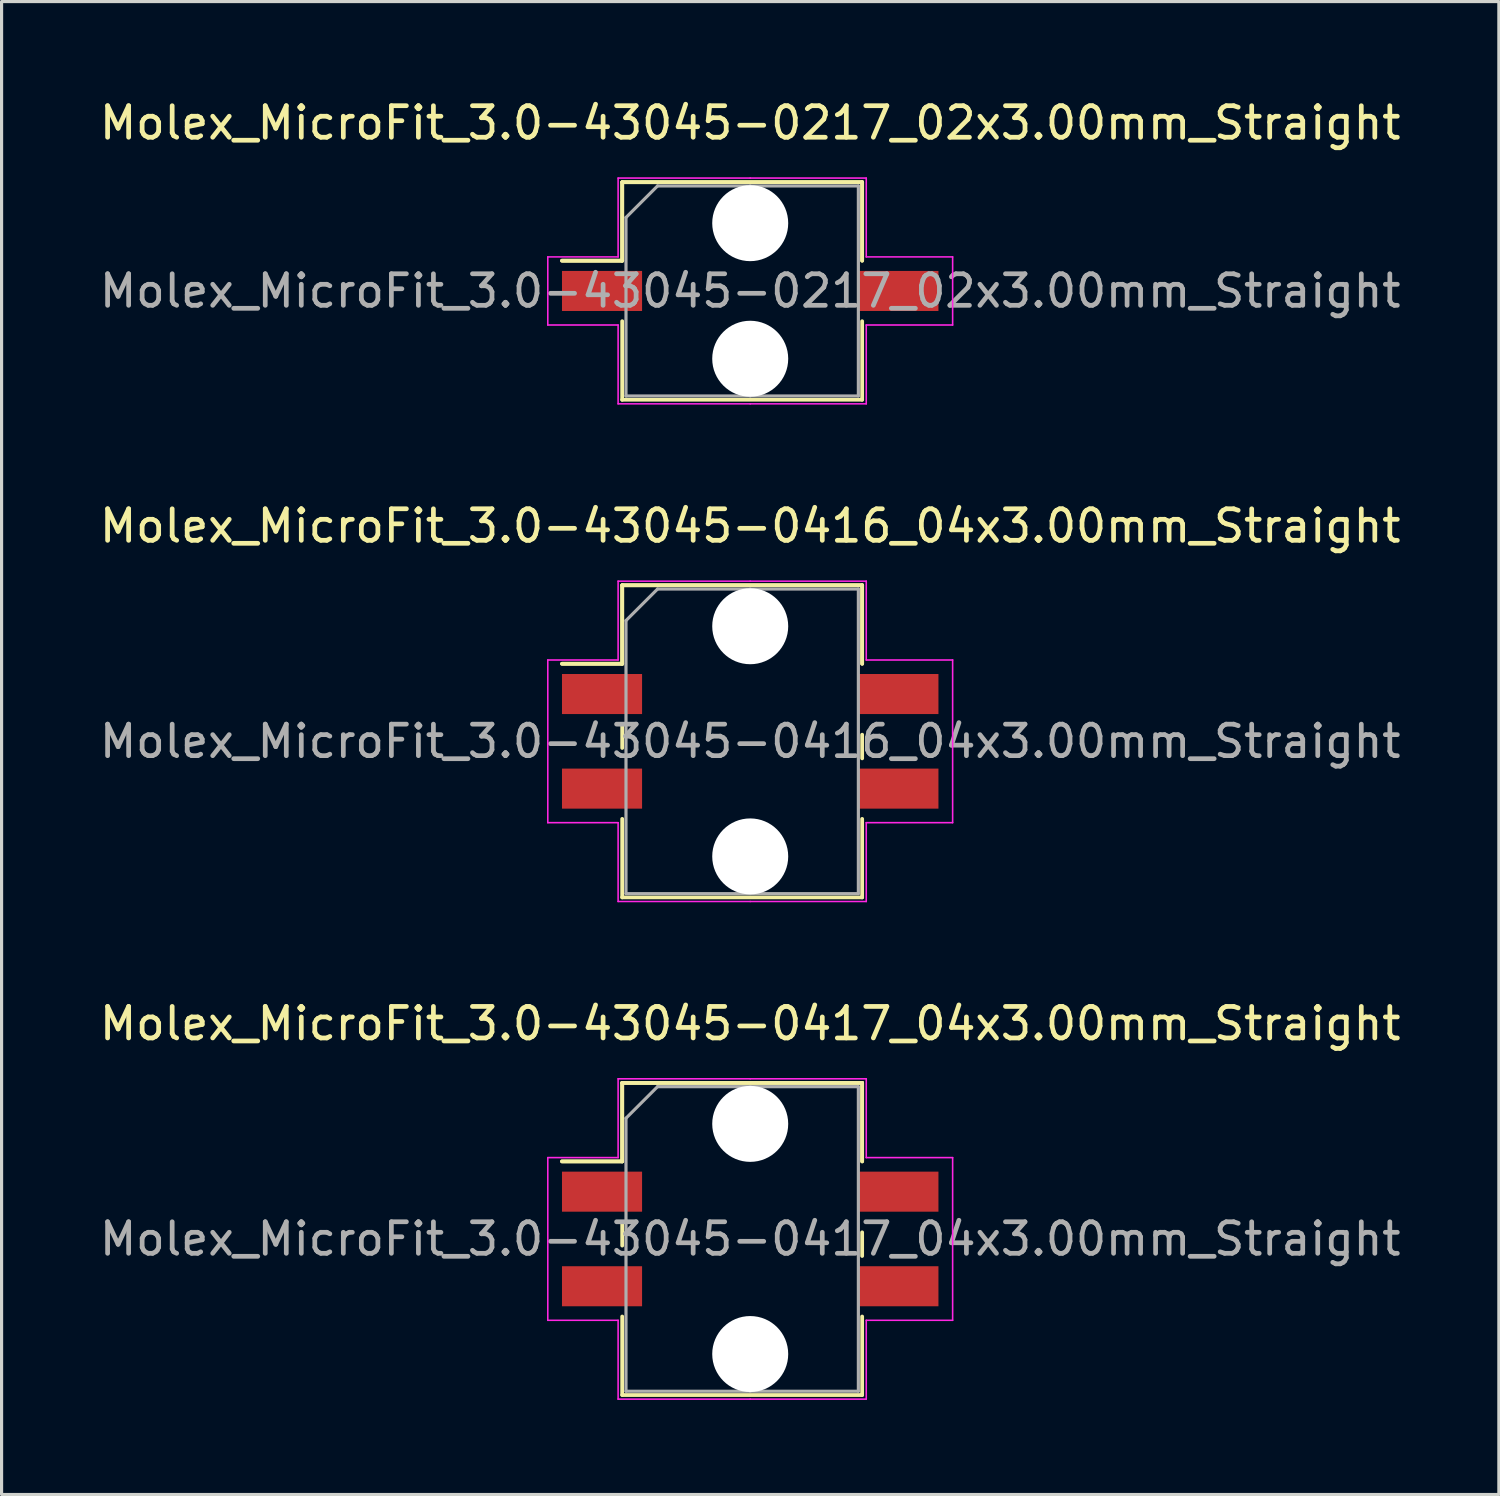
<source format=kicad_pcb>
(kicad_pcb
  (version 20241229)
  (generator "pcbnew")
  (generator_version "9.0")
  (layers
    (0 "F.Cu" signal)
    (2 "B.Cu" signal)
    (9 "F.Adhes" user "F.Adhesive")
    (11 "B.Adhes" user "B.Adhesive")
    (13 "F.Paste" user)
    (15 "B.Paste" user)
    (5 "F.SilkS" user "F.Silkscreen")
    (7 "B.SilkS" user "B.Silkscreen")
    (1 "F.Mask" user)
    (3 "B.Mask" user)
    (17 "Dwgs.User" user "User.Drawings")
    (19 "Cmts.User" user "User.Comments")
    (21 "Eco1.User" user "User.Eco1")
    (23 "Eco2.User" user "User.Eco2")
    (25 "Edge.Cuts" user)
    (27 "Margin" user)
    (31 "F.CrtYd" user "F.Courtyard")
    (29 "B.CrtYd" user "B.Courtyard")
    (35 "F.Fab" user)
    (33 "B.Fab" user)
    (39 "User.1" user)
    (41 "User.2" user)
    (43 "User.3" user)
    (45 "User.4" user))
  (footprint "Molex_MicroFit_3.0-43045-0416_04x3.00mm_Straight"
    (layer "F.Cu")
    (at 20.744 20.462)
    (property "Reference" "Molex_MicroFit_3.0-43045-0416_04x3.00mm_Straight" (at 0 -6.83 0) (layer "F.SilkS") (effects (font (size 1 1) (thickness 0.15))))
    (attr smd)
    (fp_line (start -5.97 -2.46) (end -4.06 -2.46) (stroke (width 0.12) (type solid)) (layer "F.SilkS"))
    (fp_line (start -5.97 -2.46) (end -4.06 -2.46) (stroke (width 0.12) (type solid)) (layer "F.SilkS"))
    (fp_line (start -4.06 -4.95) (end 3.55 -4.95) (stroke (width 0.12) (type solid)) (layer "F.SilkS"))
    (fp_line (start -4.06 -4.95) (end 3.55 -4.95) (stroke (width 0.12) (type solid)) (layer "F.SilkS"))
    (fp_line (start -4.06 -2.46) (end -4.06 -4.95) (stroke (width 0.12) (type solid)) (layer "F.SilkS"))
    (fp_line (start -4.06 -2.46) (end -4.06 -4.95) (stroke (width 0.12) (type solid)) (layer "F.SilkS"))
    (fp_line (start -4.06 -0.54) (end -4.06 0.21) (stroke (width 0.12) (type solid)) (layer "F.SilkS"))
    (fp_line (start -4.06 4.95) (end -4.06 2.46) (stroke (width 0.12) (type solid)) (layer "F.SilkS"))
    (fp_line (start 3.55 -4.95) (end 3.55 -2.46) (stroke (width 0.12) (type solid)) (layer "F.SilkS"))
    (fp_line (start 3.55 -4.95) (end 3.55 -2.46) (stroke (width 0.12) (type solid)) (layer "F.SilkS"))
    (fp_line (start 3.55 0.54) (end 3.55 -0.21) (stroke (width 0.12) (type solid)) (layer "F.SilkS"))
    (fp_line (start 3.55 2.46) (end 3.55 4.95) (stroke (width 0.12) (type solid)) (layer "F.SilkS"))
    (fp_line (start 3.55 4.95) (end -4.06 4.95) (stroke (width 0.12) (type solid)) (layer "F.SilkS"))
    (fp_line (start -6.42 -2.58) (end -4.19 -2.58) (stroke (width 0.05) (type solid)) (layer "F.CrtYd"))
    (fp_line (start -6.42 2.58) (end -6.42 -2.58) (stroke (width 0.05) (type solid)) (layer "F.CrtYd"))
    (fp_line (start -4.19 -5.08) (end 0 -5.08) (stroke (width 0.05) (type solid)) (layer "F.CrtYd"))
    (fp_line (start -4.19 -2.58) (end -4.19 -5.08) (stroke (width 0.05) (type solid)) (layer "F.CrtYd"))
    (fp_line (start -4.19 2.58) (end -6.42 2.58) (stroke (width 0.05) (type solid)) (layer "F.CrtYd"))
    (fp_line (start -4.19 5.08) (end -4.19 2.58) (stroke (width 0.05) (type solid)) (layer "F.CrtYd"))
    (fp_line (start 0 -5.08) (end 3.68 -5.08) (stroke (width 0.05) (type solid)) (layer "F.CrtYd"))
    (fp_line (start 0 5.08) (end -4.19 5.08) (stroke (width 0.05) (type solid)) (layer "F.CrtYd"))
    (fp_line (start 3.68 -5.08) (end 3.68 -2.58) (stroke (width 0.05) (type solid)) (layer "F.CrtYd"))
    (fp_line (start 3.68 -2.58) (end 6.42 -2.58) (stroke (width 0.05) (type solid)) (layer "F.CrtYd"))
    (fp_line (start 3.68 2.58) (end 3.68 5.08) (stroke (width 0.05) (type solid)) (layer "F.CrtYd"))
    (fp_line (start 3.68 5.08) (end 0 5.08) (stroke (width 0.05) (type solid)) (layer "F.CrtYd"))
    (fp_line (start 6.42 -2.58) (end 6.42 2.58) (stroke (width 0.05) (type solid)) (layer "F.CrtYd"))
    (fp_line (start 6.42 2.58) (end 3.68 2.58) (stroke (width 0.05) (type solid)) (layer "F.CrtYd"))
    (fp_line (start -3.94 -3.83) (end -2.94 -4.83) (stroke (width 0.1) (type solid)) (layer "F.Fab"))
    (fp_line (start -3.94 4.83) (end -3.94 -3.83) (stroke (width 0.1) (type solid)) (layer "F.Fab"))
    (fp_line (start -2.94 -4.83) (end 0 -4.83) (stroke (width 0.1) (type solid)) (layer "F.Fab"))
    (fp_line (start 0 -4.83) (end 3.43 -4.83) (stroke (width 0.1) (type solid)) (layer "F.Fab"))
    (fp_line (start 0 4.83) (end -3.94 4.83) (stroke (width 0.1) (type solid)) (layer "F.Fab"))
    (fp_line (start 3.43 -4.83) (end 3.43 4.83) (stroke (width 0.1) (type solid)) (layer "F.Fab"))
    (fp_line (start 3.43 4.83) (end 0 4.83) (stroke (width 0.1) (type solid)) (layer "F.Fab"))
    (fp_text user "${REFERENCE}" (at 0 0 0) (layer "F.Fab") (effects (font (size 1 1) (thickness 0.15))))
    (pad "" np_thru_hole circle (at 0 -3.65) (size 2.41 2.41) (drill 2.41) (layers "*.Cu"))
    (pad "" np_thru_hole circle (at 0 3.65) (size 2.41 2.41) (drill 2.41) (layers "*.Cu"))
    (pad "1" smd rect (at -4.7 -1.5) (size 2.54 1.27) (layers "F.Cu" "F.Mask" "F.Paste"))
    (pad "2" smd rect (at -4.7 1.5) (size 2.54 1.27) (layers "F.Cu" "F.Mask" "F.Paste"))
    (pad "3" smd rect (at 4.7 1.5) (size 2.54 1.27) (layers "F.Cu" "F.Mask" "F.Paste"))
    (pad "4" smd rect (at 4.7 -1.5) (size 2.54 1.27) (layers "F.Cu" "F.Mask" "F.Paste")))
  (footprint "Molex_MicroFit_3.0-43045-0217_02x3.00mm_Straight"
    (layer "F.Cu")
    (at 20.744 6.178)
    (property "Reference" "Molex_MicroFit_3.0-43045-0217_02x3.00mm_Straight" (at 0 -5.33 0) (layer "F.SilkS") (effects (font (size 1 1) (thickness 0.15))))
    (attr smd)
    (fp_line (start -5.97 -0.96) (end -4.06 -0.96) (stroke (width 0.12) (type solid)) (layer "F.SilkS"))
    (fp_line (start -5.97 -0.96) (end -4.06 -0.96) (stroke (width 0.12) (type solid)) (layer "F.SilkS"))
    (fp_line (start -4.06 -3.45) (end 3.55 -3.45) (stroke (width 0.12) (type solid)) (layer "F.SilkS"))
    (fp_line (start -4.06 -3.45) (end 3.55 -3.45) (stroke (width 0.12) (type solid)) (layer "F.SilkS"))
    (fp_line (start -4.06 -0.96) (end -4.06 -3.45) (stroke (width 0.12) (type solid)) (layer "F.SilkS"))
    (fp_line (start -4.06 -0.96) (end -4.06 -3.45) (stroke (width 0.12) (type solid)) (layer "F.SilkS"))
    (fp_line (start -4.06 3.45) (end -4.06 0.96) (stroke (width 0.12) (type solid)) (layer "F.SilkS"))
    (fp_line (start 3.55 -3.45) (end 3.55 -0.96) (stroke (width 0.12) (type solid)) (layer "F.SilkS"))
    (fp_line (start 3.55 -3.45) (end 3.55 -0.96) (stroke (width 0.12) (type solid)) (layer "F.SilkS"))
    (fp_line (start 3.55 0.96) (end 3.55 3.45) (stroke (width 0.12) (type solid)) (layer "F.SilkS"))
    (fp_line (start 3.55 3.45) (end -4.06 3.45) (stroke (width 0.12) (type solid)) (layer "F.SilkS"))
    (fp_line (start -6.42 -1.08) (end -4.19 -1.08) (stroke (width 0.05) (type solid)) (layer "F.CrtYd"))
    (fp_line (start -6.42 1.08) (end -6.42 -1.08) (stroke (width 0.05) (type solid)) (layer "F.CrtYd"))
    (fp_line (start -4.19 -3.58) (end 0 -3.58) (stroke (width 0.05) (type solid)) (layer "F.CrtYd"))
    (fp_line (start -4.19 -1.08) (end -4.19 -3.58) (stroke (width 0.05) (type solid)) (layer "F.CrtYd"))
    (fp_line (start -4.19 1.08) (end -6.42 1.08) (stroke (width 0.05) (type solid)) (layer "F.CrtYd"))
    (fp_line (start -4.19 3.58) (end -4.19 1.08) (stroke (width 0.05) (type solid)) (layer "F.CrtYd"))
    (fp_line (start 0 -3.58) (end 3.68 -3.58) (stroke (width 0.05) (type solid)) (layer "F.CrtYd"))
    (fp_line (start 0 3.58) (end -4.19 3.58) (stroke (width 0.05) (type solid)) (layer "F.CrtYd"))
    (fp_line (start 3.68 -3.58) (end 3.68 -1.08) (stroke (width 0.05) (type solid)) (layer "F.CrtYd"))
    (fp_line (start 3.68 -1.08) (end 6.42 -1.08) (stroke (width 0.05) (type solid)) (layer "F.CrtYd"))
    (fp_line (start 3.68 1.08) (end 3.68 3.58) (stroke (width 0.05) (type solid)) (layer "F.CrtYd"))
    (fp_line (start 3.68 3.58) (end 0 3.58) (stroke (width 0.05) (type solid)) (layer "F.CrtYd"))
    (fp_line (start 6.42 -1.08) (end 6.42 1.08) (stroke (width 0.05) (type solid)) (layer "F.CrtYd"))
    (fp_line (start 6.42 1.08) (end 3.68 1.08) (stroke (width 0.05) (type solid)) (layer "F.CrtYd"))
    (fp_line (start -3.94 -2.33) (end -2.94 -3.33) (stroke (width 0.1) (type solid)) (layer "F.Fab"))
    (fp_line (start -3.94 3.33) (end -3.94 -2.33) (stroke (width 0.1) (type solid)) (layer "F.Fab"))
    (fp_line (start -2.94 -3.33) (end 0 -3.33) (stroke (width 0.1) (type solid)) (layer "F.Fab"))
    (fp_line (start 0 -3.33) (end 3.43 -3.33) (stroke (width 0.1) (type solid)) (layer "F.Fab"))
    (fp_line (start 0 3.33) (end -3.94 3.33) (stroke (width 0.1) (type solid)) (layer "F.Fab"))
    (fp_line (start 3.43 -3.33) (end 3.43 3.33) (stroke (width 0.1) (type solid)) (layer "F.Fab"))
    (fp_line (start 3.43 3.33) (end 0 3.33) (stroke (width 0.1) (type solid)) (layer "F.Fab"))
    (fp_text user "${REFERENCE}" (at 0 0 0) (layer "F.Fab") (effects (font (size 1 1) (thickness 0.15))))
    (pad "" np_thru_hole circle (at 0 -2.15) (size 2.41 2.41) (drill 2.41) (layers "*.Cu"))
    (pad "" np_thru_hole circle (at 0 2.15) (size 2.41 2.41) (drill 2.41) (layers "*.Cu"))
    (pad "1" smd rect (at -4.7 0) (size 2.54 1.27) (layers "F.Cu" "F.Mask" "F.Paste"))
    (pad "2" smd rect (at 4.7 0) (size 2.54 1.27) (layers "F.Cu" "F.Mask" "F.Paste")))
  (footprint "Molex_MicroFit_3.0-43045-0417_04x3.00mm_Straight"
    (layer "F.Cu")
    (at 20.744 36.245)
    (property "Reference" "Molex_MicroFit_3.0-43045-0417_04x3.00mm_Straight" (at 0 -6.83 0) (layer "F.SilkS") (effects (font (size 1 1) (thickness 0.15))))
    (attr smd)
    (fp_line (start -5.97 -2.46) (end -4.06 -2.46) (stroke (width 0.12) (type solid)) (layer "F.SilkS"))
    (fp_line (start -5.97 -2.46) (end -4.06 -2.46) (stroke (width 0.12) (type solid)) (layer "F.SilkS"))
    (fp_line (start -4.06 -4.95) (end 3.55 -4.95) (stroke (width 0.12) (type solid)) (layer "F.SilkS"))
    (fp_line (start -4.06 -4.95) (end 3.55 -4.95) (stroke (width 0.12) (type solid)) (layer "F.SilkS"))
    (fp_line (start -4.06 -2.46) (end -4.06 -4.95) (stroke (width 0.12) (type solid)) (layer "F.SilkS"))
    (fp_line (start -4.06 -2.46) (end -4.06 -4.95) (stroke (width 0.12) (type solid)) (layer "F.SilkS"))
    (fp_line (start -4.06 -0.54) (end -4.06 0.21) (stroke (width 0.12) (type solid)) (layer "F.SilkS"))
    (fp_line (start -4.06 4.95) (end -4.06 2.46) (stroke (width 0.12) (type solid)) (layer "F.SilkS"))
    (fp_line (start 3.55 -4.95) (end 3.55 -2.46) (stroke (width 0.12) (type solid)) (layer "F.SilkS"))
    (fp_line (start 3.55 -4.95) (end 3.55 -2.46) (stroke (width 0.12) (type solid)) (layer "F.SilkS"))
    (fp_line (start 3.55 0.54) (end 3.55 -0.21) (stroke (width 0.12) (type solid)) (layer "F.SilkS"))
    (fp_line (start 3.55 2.46) (end 3.55 4.95) (stroke (width 0.12) (type solid)) (layer "F.SilkS"))
    (fp_line (start 3.55 4.95) (end -4.06 4.95) (stroke (width 0.12) (type solid)) (layer "F.SilkS"))
    (fp_line (start -6.42 -2.58) (end -4.19 -2.58) (stroke (width 0.05) (type solid)) (layer "F.CrtYd"))
    (fp_line (start -6.42 2.58) (end -6.42 -2.58) (stroke (width 0.05) (type solid)) (layer "F.CrtYd"))
    (fp_line (start -4.19 -5.08) (end 0 -5.08) (stroke (width 0.05) (type solid)) (layer "F.CrtYd"))
    (fp_line (start -4.19 -2.58) (end -4.19 -5.08) (stroke (width 0.05) (type solid)) (layer "F.CrtYd"))
    (fp_line (start -4.19 2.58) (end -6.42 2.58) (stroke (width 0.05) (type solid)) (layer "F.CrtYd"))
    (fp_line (start -4.19 5.08) (end -4.19 2.58) (stroke (width 0.05) (type solid)) (layer "F.CrtYd"))
    (fp_line (start 0 -5.08) (end 3.68 -5.08) (stroke (width 0.05) (type solid)) (layer "F.CrtYd"))
    (fp_line (start 0 5.08) (end -4.19 5.08) (stroke (width 0.05) (type solid)) (layer "F.CrtYd"))
    (fp_line (start 3.68 -5.08) (end 3.68 -2.58) (stroke (width 0.05) (type solid)) (layer "F.CrtYd"))
    (fp_line (start 3.68 -2.58) (end 6.42 -2.58) (stroke (width 0.05) (type solid)) (layer "F.CrtYd"))
    (fp_line (start 3.68 2.58) (end 3.68 5.08) (stroke (width 0.05) (type solid)) (layer "F.CrtYd"))
    (fp_line (start 3.68 5.08) (end 0 5.08) (stroke (width 0.05) (type solid)) (layer "F.CrtYd"))
    (fp_line (start 6.42 -2.58) (end 6.42 2.58) (stroke (width 0.05) (type solid)) (layer "F.CrtYd"))
    (fp_line (start 6.42 2.58) (end 3.68 2.58) (stroke (width 0.05) (type solid)) (layer "F.CrtYd"))
    (fp_line (start -3.94 -3.83) (end -2.94 -4.83) (stroke (width 0.1) (type solid)) (layer "F.Fab"))
    (fp_line (start -3.94 4.83) (end -3.94 -3.83) (stroke (width 0.1) (type solid)) (layer "F.Fab"))
    (fp_line (start -2.94 -4.83) (end 0 -4.83) (stroke (width 0.1) (type solid)) (layer "F.Fab"))
    (fp_line (start 0 -4.83) (end 3.43 -4.83) (stroke (width 0.1) (type solid)) (layer "F.Fab"))
    (fp_line (start 0 4.83) (end -3.94 4.83) (stroke (width 0.1) (type solid)) (layer "F.Fab"))
    (fp_line (start 3.43 -4.83) (end 3.43 4.83) (stroke (width 0.1) (type solid)) (layer "F.Fab"))
    (fp_line (start 3.43 4.83) (end 0 4.83) (stroke (width 0.1) (type solid)) (layer "F.Fab"))
    (fp_text user "${REFERENCE}" (at 0 0 0) (layer "F.Fab") (effects (font (size 1 1) (thickness 0.15))))
    (pad "" np_thru_hole circle (at 0 -3.65) (size 2.41 2.41) (drill 2.41) (layers "*.Cu"))
    (pad "" np_thru_hole circle (at 0 3.65) (size 2.41 2.41) (drill 2.41) (layers "*.Cu"))
    (pad "1" smd rect (at -4.7 -1.5) (size 2.54 1.27) (layers "F.Cu" "F.Mask" "F.Paste"))
    (pad "2" smd rect (at -4.7 1.5) (size 2.54 1.27) (layers "F.Cu" "F.Mask" "F.Paste"))
    (pad "3" smd rect (at 4.7 1.5) (size 2.54 1.27) (layers "F.Cu" "F.Mask" "F.Paste"))
    (pad "4" smd rect (at 4.7 -1.5) (size 2.54 1.27) (layers "F.Cu" "F.Mask" "F.Paste")))
  (gr_rect
    (start -3 -3)
    (end 44.488 44.35)
    (stroke (width 0.1) (type default))
    (fill no)
    (layer "Edge.Cuts")))
</source>
